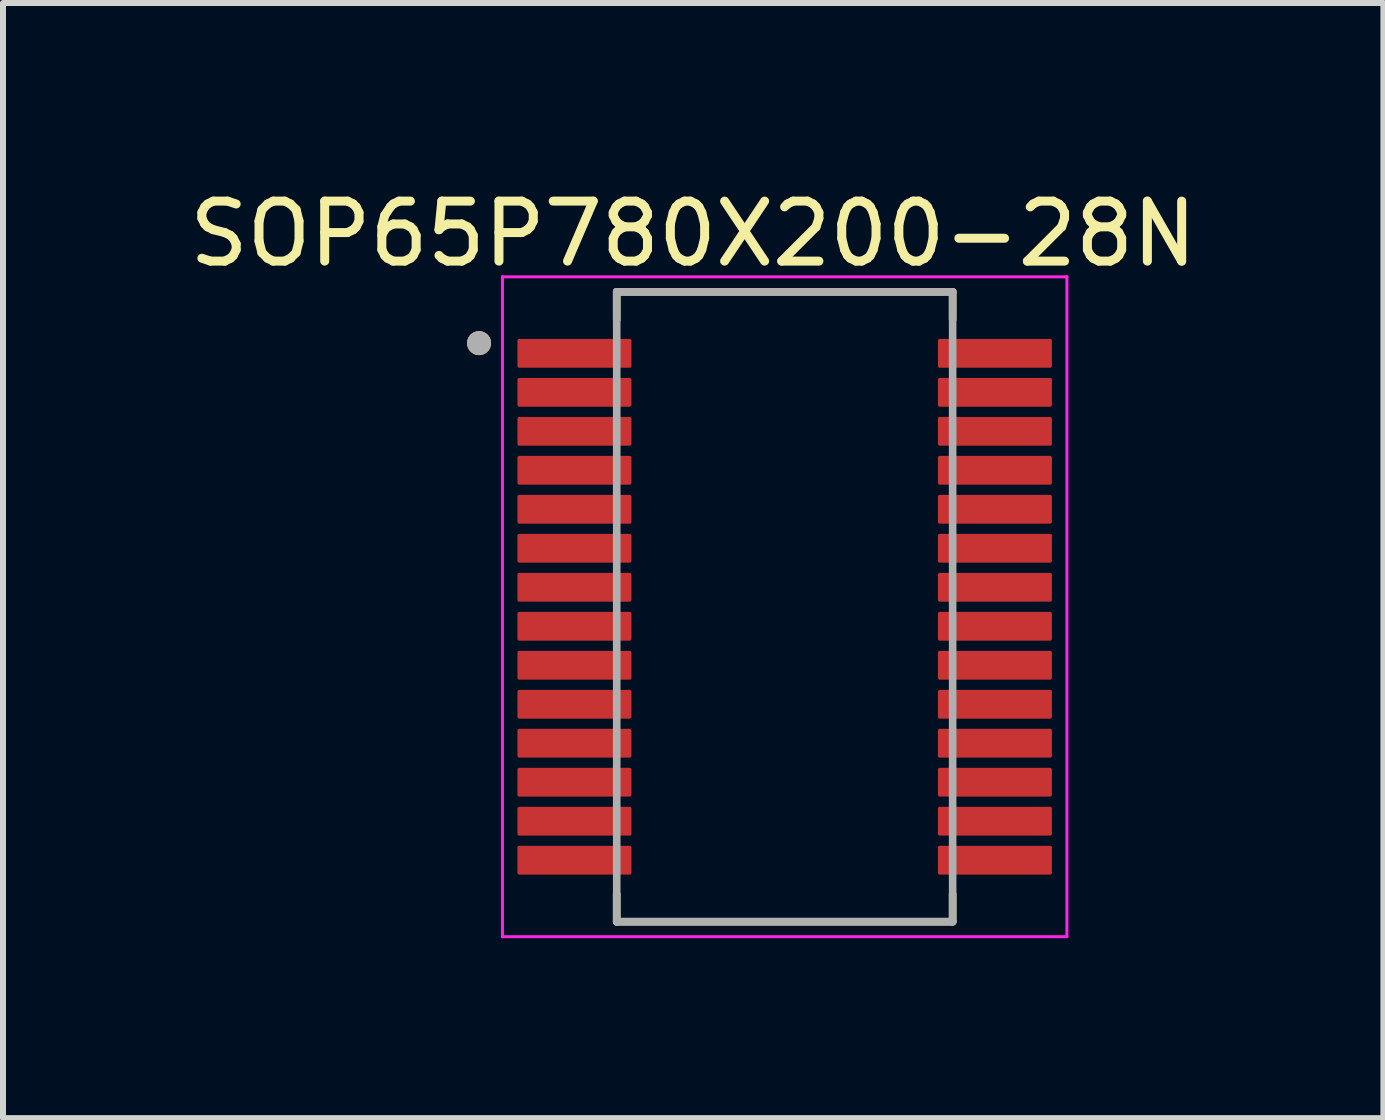
<source format=kicad_pcb>
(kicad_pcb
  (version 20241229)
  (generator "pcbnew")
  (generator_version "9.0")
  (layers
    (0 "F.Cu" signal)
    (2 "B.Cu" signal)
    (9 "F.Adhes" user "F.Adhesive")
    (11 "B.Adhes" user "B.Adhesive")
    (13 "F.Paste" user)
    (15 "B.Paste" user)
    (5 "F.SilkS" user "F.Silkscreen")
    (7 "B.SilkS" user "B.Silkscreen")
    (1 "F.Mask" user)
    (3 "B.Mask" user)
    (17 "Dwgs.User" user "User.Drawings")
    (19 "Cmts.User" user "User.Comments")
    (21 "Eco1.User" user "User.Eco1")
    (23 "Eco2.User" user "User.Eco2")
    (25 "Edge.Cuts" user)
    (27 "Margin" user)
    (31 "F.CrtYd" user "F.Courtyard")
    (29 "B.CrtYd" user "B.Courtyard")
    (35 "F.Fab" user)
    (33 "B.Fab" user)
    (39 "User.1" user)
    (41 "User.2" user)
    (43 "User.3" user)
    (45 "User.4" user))
  (footprint "SOP65P780X200-28N"
    (layer "F.Cu")
    (at 10.031 7.065)
    (property "Reference" "SOP65P780X200-28N" (at -1.525 -6.217 0) (layer "F.SilkS") (effects (font (size 1 1) (thickness 0.15))))
    (attr smd)
    (fp_line (start -2.8 -5.25) (end -2.8 -4.79) (stroke (width 0.127) (type solid)) (layer "F.SilkS"))
    (fp_line (start -2.8 -5.25) (end 2.8 -5.25) (stroke (width 0.127) (type solid)) (layer "F.SilkS"))
    (fp_line (start -2.8 5.25) (end -2.8 4.79) (stroke (width 0.127) (type solid)) (layer "F.SilkS"))
    (fp_line (start -2.8 5.25) (end 2.8 5.25) (stroke (width 0.127) (type solid)) (layer "F.SilkS"))
    (fp_line (start 2.8 -5.25) (end 2.8 -4.79) (stroke (width 0.127) (type solid)) (layer "F.SilkS"))
    (fp_line (start 2.8 5.25) (end 2.8 4.79) (stroke (width 0.127) (type solid)) (layer "F.SilkS"))
    (fp_circle (center -5.095 -4.395) (end -4.995 -4.395) (stroke (width 0.2) (type solid)) (fill no) (layer "F.SilkS"))
    (fp_line (start -4.705 -5.5) (end -4.705 5.5) (stroke (width 0.05) (type solid)) (layer "F.CrtYd"))
    (fp_line (start -4.705 -5.5) (end 4.705 -5.5) (stroke (width 0.05) (type solid)) (layer "F.CrtYd"))
    (fp_line (start -4.705 5.5) (end 4.705 5.5) (stroke (width 0.05) (type solid)) (layer "F.CrtYd"))
    (fp_line (start 4.705 -5.5) (end 4.705 5.5) (stroke (width 0.05) (type solid)) (layer "F.CrtYd"))
    (fp_line (start -2.8 -5.25) (end -2.8 5.25) (stroke (width 0.127) (type solid)) (layer "F.Fab"))
    (fp_line (start -2.8 -5.25) (end 2.8 -5.25) (stroke (width 0.127) (type solid)) (layer "F.Fab"))
    (fp_line (start -2.8 5.25) (end 2.8 5.25) (stroke (width 0.127) (type solid)) (layer "F.Fab"))
    (fp_line (start 2.8 -5.25) (end 2.8 5.25) (stroke (width 0.127) (type solid)) (layer "F.Fab"))
    (fp_circle (center -5.095 -4.395) (end -4.995 -4.395) (stroke (width 0.2) (type solid)) (fill no) (layer "F.Fab"))
    (pad "1" smd roundrect (at -3.505 -4.225) (size 1.9 0.48) (layers "F.Cu" "F.Mask" "F.Paste") (roundrect_rratio 0.06))
    (pad "2" smd roundrect (at -3.505 -3.575) (size 1.9 0.48) (layers "F.Cu" "F.Mask" "F.Paste") (roundrect_rratio 0.06))
    (pad "3" smd roundrect (at -3.505 -2.925) (size 1.9 0.48) (layers "F.Cu" "F.Mask" "F.Paste") (roundrect_rratio 0.06))
    (pad "4" smd roundrect (at -3.505 -2.275) (size 1.9 0.48) (layers "F.Cu" "F.Mask" "F.Paste") (roundrect_rratio 0.06))
    (pad "5" smd roundrect (at -3.505 -1.625) (size 1.9 0.48) (layers "F.Cu" "F.Mask" "F.Paste") (roundrect_rratio 0.06))
    (pad "6" smd roundrect (at -3.505 -0.975) (size 1.9 0.48) (layers "F.Cu" "F.Mask" "F.Paste") (roundrect_rratio 0.06))
    (pad "7" smd roundrect (at -3.505 -0.325) (size 1.9 0.48) (layers "F.Cu" "F.Mask" "F.Paste") (roundrect_rratio 0.06))
    (pad "8" smd roundrect (at -3.505 0.325) (size 1.9 0.48) (layers "F.Cu" "F.Mask" "F.Paste") (roundrect_rratio 0.06))
    (pad "9" smd roundrect (at -3.505 0.975) (size 1.9 0.48) (layers "F.Cu" "F.Mask" "F.Paste") (roundrect_rratio 0.06))
    (pad "10" smd roundrect (at -3.505 1.625) (size 1.9 0.48) (layers "F.Cu" "F.Mask" "F.Paste") (roundrect_rratio 0.06))
    (pad "11" smd roundrect (at -3.505 2.275) (size 1.9 0.48) (layers "F.Cu" "F.Mask" "F.Paste") (roundrect_rratio 0.06))
    (pad "12" smd roundrect (at -3.505 2.925) (size 1.9 0.48) (layers "F.Cu" "F.Mask" "F.Paste") (roundrect_rratio 0.06))
    (pad "13" smd roundrect (at -3.505 3.575) (size 1.9 0.48) (layers "F.Cu" "F.Mask" "F.Paste") (roundrect_rratio 0.06))
    (pad "14" smd roundrect (at -3.505 4.225) (size 1.9 0.48) (layers "F.Cu" "F.Mask" "F.Paste") (roundrect_rratio 0.06))
    (pad "15" smd roundrect (at 3.505 4.225 180) (size 1.9 0.48) (layers "F.Cu" "F.Mask" "F.Paste") (roundrect_rratio 0.06))
    (pad "16" smd roundrect (at 3.505 3.575 180) (size 1.9 0.48) (layers "F.Cu" "F.Mask" "F.Paste") (roundrect_rratio 0.06))
    (pad "17" smd roundrect (at 3.505 2.925 180) (size 1.9 0.48) (layers "F.Cu" "F.Mask" "F.Paste") (roundrect_rratio 0.06))
    (pad "18" smd roundrect (at 3.505 2.275 180) (size 1.9 0.48) (layers "F.Cu" "F.Mask" "F.Paste") (roundrect_rratio 0.06))
    (pad "19" smd roundrect (at 3.505 1.625 180) (size 1.9 0.48) (layers "F.Cu" "F.Mask" "F.Paste") (roundrect_rratio 0.06))
    (pad "20" smd roundrect (at 3.505 0.975 180) (size 1.9 0.48) (layers "F.Cu" "F.Mask" "F.Paste") (roundrect_rratio 0.06))
    (pad "21" smd roundrect (at 3.505 0.325 180) (size 1.9 0.48) (layers "F.Cu" "F.Mask" "F.Paste") (roundrect_rratio 0.06))
    (pad "22" smd roundrect (at 3.505 -0.325 180) (size 1.9 0.48) (layers "F.Cu" "F.Mask" "F.Paste") (roundrect_rratio 0.06))
    (pad "23" smd roundrect (at 3.505 -0.975 180) (size 1.9 0.48) (layers "F.Cu" "F.Mask" "F.Paste") (roundrect_rratio 0.06))
    (pad "24" smd roundrect (at 3.505 -1.625 180) (size 1.9 0.48) (layers "F.Cu" "F.Mask" "F.Paste") (roundrect_rratio 0.06))
    (pad "25" smd roundrect (at 3.505 -2.275 180) (size 1.9 0.48) (layers "F.Cu" "F.Mask" "F.Paste") (roundrect_rratio 0.06))
    (pad "26" smd roundrect (at 3.505 -2.925 180) (size 1.9 0.48) (layers "F.Cu" "F.Mask" "F.Paste") (roundrect_rratio 0.06))
    (pad "27" smd roundrect (at 3.505 -3.575 180) (size 1.9 0.48) (layers "F.Cu" "F.Mask" "F.Paste") (roundrect_rratio 0.06))
    (pad "28" smd roundrect (at 3.505 -4.225 180) (size 1.9 0.48) (layers "F.Cu" "F.Mask" "F.Paste") (roundrect_rratio 0.06)))
  (gr_rect
    (start -3 -3)
    (end 20.012 15.59)
    (stroke (width 0.1) (type default))
    (fill no)
    (layer "Edge.Cuts")))
</source>
